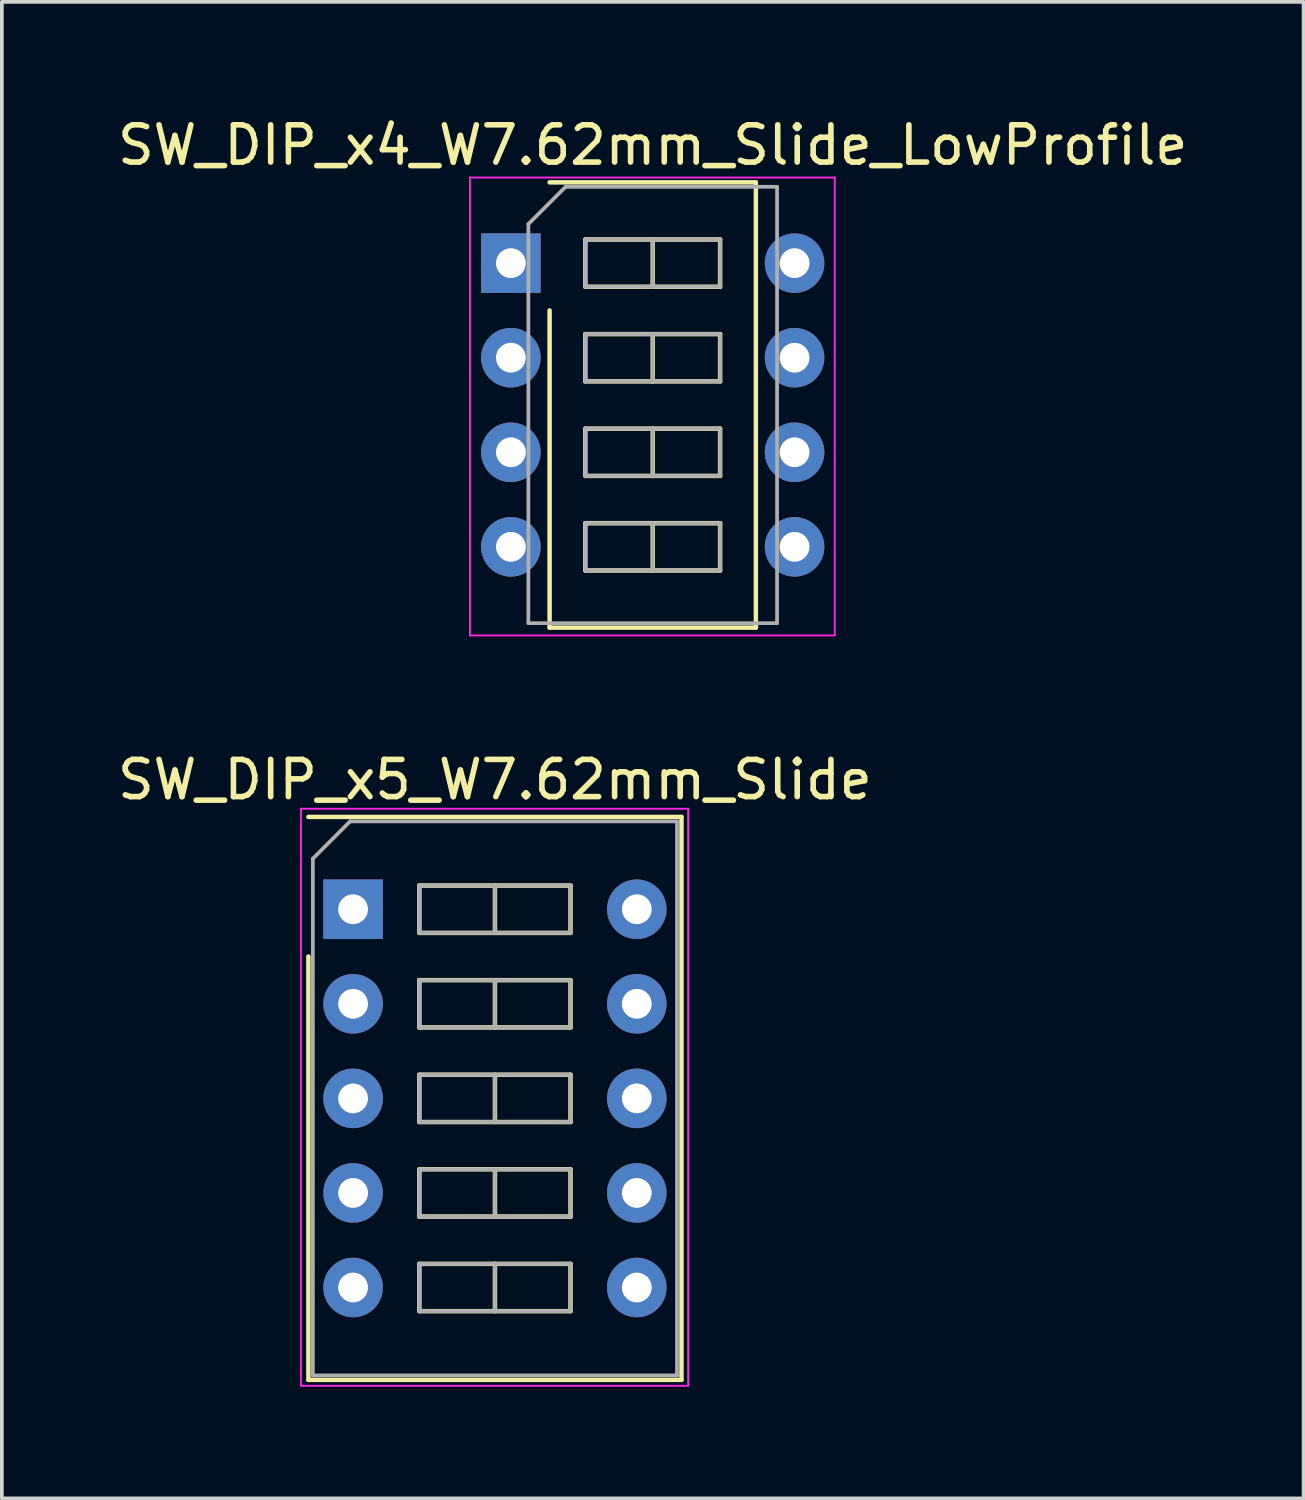
<source format=kicad_pcb>
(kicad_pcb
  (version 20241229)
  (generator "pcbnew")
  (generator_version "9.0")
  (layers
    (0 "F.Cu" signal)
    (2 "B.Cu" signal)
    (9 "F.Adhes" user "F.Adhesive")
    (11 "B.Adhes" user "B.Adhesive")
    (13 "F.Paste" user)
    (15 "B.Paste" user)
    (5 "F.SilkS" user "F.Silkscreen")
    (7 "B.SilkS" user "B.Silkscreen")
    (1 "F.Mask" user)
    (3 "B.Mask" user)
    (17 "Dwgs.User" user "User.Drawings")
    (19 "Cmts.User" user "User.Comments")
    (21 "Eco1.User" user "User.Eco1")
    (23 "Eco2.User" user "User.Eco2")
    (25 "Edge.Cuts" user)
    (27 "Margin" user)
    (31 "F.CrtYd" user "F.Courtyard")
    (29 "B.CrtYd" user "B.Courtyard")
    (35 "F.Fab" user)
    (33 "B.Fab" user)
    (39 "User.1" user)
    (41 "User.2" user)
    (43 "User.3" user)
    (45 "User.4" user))
  (footprint "SW_DIP_x5_W7.62mm_Slide"
    (layer "F.Cu")
    (at 6.434 21.372)
    (property "Reference" "SW_DIP_x5_W7.62mm_Slide" (at 3.81 -3.48 0) (layer "F.SilkS") (effects (font (size 1 1) (thickness 0.15))))
    (attr through_hole)
    (fp_line (start -1.2 -2.48) (end 8.82 -2.48) (stroke (width 0.12) (type solid)) (layer "F.SilkS"))
    (fp_line (start -1.2 12.64) (end -1.2 1.27) (stroke (width 0.12) (type solid)) (layer "F.SilkS"))
    (fp_line (start 1.78 -0.635) (end 1.78 0.635) (stroke (width 0.12) (type solid)) (layer "F.SilkS"))
    (fp_line (start 1.78 0.635) (end 5.84 0.635) (stroke (width 0.12) (type solid)) (layer "F.SilkS"))
    (fp_line (start 1.78 1.905) (end 1.78 3.175) (stroke (width 0.12) (type solid)) (layer "F.SilkS"))
    (fp_line (start 1.78 3.175) (end 5.84 3.175) (stroke (width 0.12) (type solid)) (layer "F.SilkS"))
    (fp_line (start 1.78 4.445) (end 1.78 5.715) (stroke (width 0.12) (type solid)) (layer "F.SilkS"))
    (fp_line (start 1.78 5.715) (end 5.84 5.715) (stroke (width 0.12) (type solid)) (layer "F.SilkS"))
    (fp_line (start 1.78 6.985) (end 1.78 8.255) (stroke (width 0.12) (type solid)) (layer "F.SilkS"))
    (fp_line (start 1.78 8.255) (end 5.84 8.255) (stroke (width 0.12) (type solid)) (layer "F.SilkS"))
    (fp_line (start 1.78 9.525) (end 1.78 10.795) (stroke (width 0.12) (type solid)) (layer "F.SilkS"))
    (fp_line (start 1.78 10.795) (end 5.84 10.795) (stroke (width 0.12) (type solid)) (layer "F.SilkS"))
    (fp_line (start 3.81 -0.635) (end 3.81 0.635) (stroke (width 0.12) (type solid)) (layer "F.SilkS"))
    (fp_line (start 3.81 1.905) (end 3.81 3.175) (stroke (width 0.12) (type solid)) (layer "F.SilkS"))
    (fp_line (start 3.81 4.445) (end 3.81 5.715) (stroke (width 0.12) (type solid)) (layer "F.SilkS"))
    (fp_line (start 3.81 6.985) (end 3.81 8.255) (stroke (width 0.12) (type solid)) (layer "F.SilkS"))
    (fp_line (start 3.81 9.525) (end 3.81 10.795) (stroke (width 0.12) (type solid)) (layer "F.SilkS"))
    (fp_line (start 5.84 -0.635) (end 1.78 -0.635) (stroke (width 0.12) (type solid)) (layer "F.SilkS"))
    (fp_line (start 5.84 0.635) (end 5.84 -0.635) (stroke (width 0.12) (type solid)) (layer "F.SilkS"))
    (fp_line (start 5.84 1.905) (end 1.78 1.905) (stroke (width 0.12) (type solid)) (layer "F.SilkS"))
    (fp_line (start 5.84 3.175) (end 5.84 1.905) (stroke (width 0.12) (type solid)) (layer "F.SilkS"))
    (fp_line (start 5.84 4.445) (end 1.78 4.445) (stroke (width 0.12) (type solid)) (layer "F.SilkS"))
    (fp_line (start 5.84 5.715) (end 5.84 4.445) (stroke (width 0.12) (type solid)) (layer "F.SilkS"))
    (fp_line (start 5.84 6.985) (end 1.78 6.985) (stroke (width 0.12) (type solid)) (layer "F.SilkS"))
    (fp_line (start 5.84 8.255) (end 5.84 6.985) (stroke (width 0.12) (type solid)) (layer "F.SilkS"))
    (fp_line (start 5.84 9.525) (end 1.78 9.525) (stroke (width 0.12) (type solid)) (layer "F.SilkS"))
    (fp_line (start 5.84 10.795) (end 5.84 9.525) (stroke (width 0.12) (type solid)) (layer "F.SilkS"))
    (fp_line (start 8.82 -2.48) (end 8.82 12.64) (stroke (width 0.12) (type solid)) (layer "F.SilkS"))
    (fp_line (start 8.82 12.64) (end -1.2 12.64) (stroke (width 0.12) (type solid)) (layer "F.SilkS"))
    (fp_line (start -1.4 -2.7) (end -1.4 12.8) (stroke (width 0.05) (type solid)) (layer "F.CrtYd"))
    (fp_line (start -1.4 12.8) (end 9 12.8) (stroke (width 0.05) (type solid)) (layer "F.CrtYd"))
    (fp_line (start 9 -2.7) (end -1.4 -2.7) (stroke (width 0.05) (type solid)) (layer "F.CrtYd"))
    (fp_line (start 9 12.8) (end 9 -2.7) (stroke (width 0.05) (type solid)) (layer "F.CrtYd"))
    (fp_line (start -1.08 -1.36) (end -0.08 -2.36) (stroke (width 0.1) (type solid)) (layer "F.Fab"))
    (fp_line (start -1.08 12.52) (end -1.08 -1.36) (stroke (width 0.1) (type solid)) (layer "F.Fab"))
    (fp_line (start -0.08 -2.36) (end 8.7 -2.36) (stroke (width 0.1) (type solid)) (layer "F.Fab"))
    (fp_line (start 1.78 -0.635) (end 1.78 0.635) (stroke (width 0.1) (type solid)) (layer "F.Fab"))
    (fp_line (start 1.78 0.635) (end 5.84 0.635) (stroke (width 0.1) (type solid)) (layer "F.Fab"))
    (fp_line (start 1.78 1.905) (end 1.78 3.175) (stroke (width 0.1) (type solid)) (layer "F.Fab"))
    (fp_line (start 1.78 3.175) (end 5.84 3.175) (stroke (width 0.1) (type solid)) (layer "F.Fab"))
    (fp_line (start 1.78 4.445) (end 1.78 5.715) (stroke (width 0.1) (type solid)) (layer "F.Fab"))
    (fp_line (start 1.78 5.715) (end 5.84 5.715) (stroke (width 0.1) (type solid)) (layer "F.Fab"))
    (fp_line (start 1.78 6.985) (end 1.78 8.255) (stroke (width 0.1) (type solid)) (layer "F.Fab"))
    (fp_line (start 1.78 8.255) (end 5.84 8.255) (stroke (width 0.1) (type solid)) (layer "F.Fab"))
    (fp_line (start 1.78 9.525) (end 1.78 10.795) (stroke (width 0.1) (type solid)) (layer "F.Fab"))
    (fp_line (start 1.78 10.795) (end 5.84 10.795) (stroke (width 0.1) (type solid)) (layer "F.Fab"))
    (fp_line (start 3.81 -0.635) (end 3.81 0.635) (stroke (width 0.1) (type solid)) (layer "F.Fab"))
    (fp_line (start 3.81 1.905) (end 3.81 3.175) (stroke (width 0.1) (type solid)) (layer "F.Fab"))
    (fp_line (start 3.81 4.445) (end 3.81 5.715) (stroke (width 0.1) (type solid)) (layer "F.Fab"))
    (fp_line (start 3.81 6.985) (end 3.81 8.255) (stroke (width 0.1) (type solid)) (layer "F.Fab"))
    (fp_line (start 3.81 9.525) (end 3.81 10.795) (stroke (width 0.1) (type solid)) (layer "F.Fab"))
    (fp_line (start 5.84 -0.635) (end 1.78 -0.635) (stroke (width 0.1) (type solid)) (layer "F.Fab"))
    (fp_line (start 5.84 0.635) (end 5.84 -0.635) (stroke (width 0.1) (type solid)) (layer "F.Fab"))
    (fp_line (start 5.84 1.905) (end 1.78 1.905) (stroke (width 0.1) (type solid)) (layer "F.Fab"))
    (fp_line (start 5.84 3.175) (end 5.84 1.905) (stroke (width 0.1) (type solid)) (layer "F.Fab"))
    (fp_line (start 5.84 4.445) (end 1.78 4.445) (stroke (width 0.1) (type solid)) (layer "F.Fab"))
    (fp_line (start 5.84 5.715) (end 5.84 4.445) (stroke (width 0.1) (type solid)) (layer "F.Fab"))
    (fp_line (start 5.84 6.985) (end 1.78 6.985) (stroke (width 0.1) (type solid)) (layer "F.Fab"))
    (fp_line (start 5.84 8.255) (end 5.84 6.985) (stroke (width 0.1) (type solid)) (layer "F.Fab"))
    (fp_line (start 5.84 9.525) (end 1.78 9.525) (stroke (width 0.1) (type solid)) (layer "F.Fab"))
    (fp_line (start 5.84 10.795) (end 5.84 9.525) (stroke (width 0.1) (type solid)) (layer "F.Fab"))
    (fp_line (start 8.7 -2.36) (end 8.7 12.52) (stroke (width 0.1) (type solid)) (layer "F.Fab"))
    (fp_line (start 8.7 12.52) (end -1.08 12.52) (stroke (width 0.1) (type solid)) (layer "F.Fab"))
    (pad "1" thru_hole rect (at 0 0) (size 1.6 1.6) (drill 0.8) (layers "*.Cu" "*.Mask"))
    (pad "2" thru_hole oval (at 0 2.54) (size 1.6 1.6) (drill 0.8) (layers "*.Cu" "*.Mask"))
    (pad "3" thru_hole oval (at 0 5.08) (size 1.6 1.6) (drill 0.8) (layers "*.Cu" "*.Mask"))
    (pad "4" thru_hole oval (at 0 7.62) (size 1.6 1.6) (drill 0.8) (layers "*.Cu" "*.Mask"))
    (pad "5" thru_hole oval (at 0 10.16) (size 1.6 1.6) (drill 0.8) (layers "*.Cu" "*.Mask"))
    (pad "6" thru_hole oval (at 7.62 10.16) (size 1.6 1.6) (drill 0.8) (layers "*.Cu" "*.Mask"))
    (pad "7" thru_hole oval (at 7.62 7.62) (size 1.6 1.6) (drill 0.8) (layers "*.Cu" "*.Mask"))
    (pad "8" thru_hole oval (at 7.62 5.08) (size 1.6 1.6) (drill 0.8) (layers "*.Cu" "*.Mask"))
    (pad "9" thru_hole oval (at 7.62 2.54) (size 1.6 1.6) (drill 0.8) (layers "*.Cu" "*.Mask"))
    (pad "10" thru_hole oval (at 7.62 0) (size 1.6 1.6) (drill 0.8) (layers "*.Cu" "*.Mask")))
  (footprint "SW_DIP_x4_W7.62mm_Slide_LowProfile"
    (layer "F.Cu")
    (at 10.672 4.018)
    (property "Reference" "SW_DIP_x4_W7.62mm_Slide_LowProfile" (at 3.81 -3.17 0) (layer "F.SilkS") (effects (font (size 1 1) (thickness 0.15))))
    (attr through_hole)
    (fp_line (start 1.04 -2.17) (end 6.58 -2.17) (stroke (width 0.12) (type solid)) (layer "F.SilkS"))
    (fp_line (start 1.04 9.79) (end 1.04 1.27) (stroke (width 0.12) (type solid)) (layer "F.SilkS"))
    (fp_line (start 2 -0.635) (end 2 0.635) (stroke (width 0.12) (type solid)) (layer "F.SilkS"))
    (fp_line (start 2 0.635) (end 5.62 0.635) (stroke (width 0.12) (type solid)) (layer "F.SilkS"))
    (fp_line (start 2 1.905) (end 2 3.175) (stroke (width 0.12) (type solid)) (layer "F.SilkS"))
    (fp_line (start 2 3.175) (end 5.62 3.175) (stroke (width 0.12) (type solid)) (layer "F.SilkS"))
    (fp_line (start 2 4.445) (end 2 5.715) (stroke (width 0.12) (type solid)) (layer "F.SilkS"))
    (fp_line (start 2 5.715) (end 5.62 5.715) (stroke (width 0.12) (type solid)) (layer "F.SilkS"))
    (fp_line (start 2 6.985) (end 2 8.255) (stroke (width 0.12) (type solid)) (layer "F.SilkS"))
    (fp_line (start 2 8.255) (end 5.62 8.255) (stroke (width 0.12) (type solid)) (layer "F.SilkS"))
    (fp_line (start 3.81 -0.635) (end 3.81 0.635) (stroke (width 0.12) (type solid)) (layer "F.SilkS"))
    (fp_line (start 3.81 1.905) (end 3.81 3.175) (stroke (width 0.12) (type solid)) (layer "F.SilkS"))
    (fp_line (start 3.81 4.445) (end 3.81 5.715) (stroke (width 0.12) (type solid)) (layer "F.SilkS"))
    (fp_line (start 3.81 6.985) (end 3.81 8.255) (stroke (width 0.12) (type solid)) (layer "F.SilkS"))
    (fp_line (start 5.62 -0.635) (end 2 -0.635) (stroke (width 0.12) (type solid)) (layer "F.SilkS"))
    (fp_line (start 5.62 0.635) (end 5.62 -0.635) (stroke (width 0.12) (type solid)) (layer "F.SilkS"))
    (fp_line (start 5.62 1.905) (end 2 1.905) (stroke (width 0.12) (type solid)) (layer "F.SilkS"))
    (fp_line (start 5.62 3.175) (end 5.62 1.905) (stroke (width 0.12) (type solid)) (layer "F.SilkS"))
    (fp_line (start 5.62 4.445) (end 2 4.445) (stroke (width 0.12) (type solid)) (layer "F.SilkS"))
    (fp_line (start 5.62 5.715) (end 5.62 4.445) (stroke (width 0.12) (type solid)) (layer "F.SilkS"))
    (fp_line (start 5.62 6.985) (end 2 6.985) (stroke (width 0.12) (type solid)) (layer "F.SilkS"))
    (fp_line (start 5.62 8.255) (end 5.62 6.985) (stroke (width 0.12) (type solid)) (layer "F.SilkS"))
    (fp_line (start 6.58 -2.17) (end 6.58 9.79) (stroke (width 0.12) (type solid)) (layer "F.SilkS"))
    (fp_line (start 6.58 9.79) (end 1.04 9.79) (stroke (width 0.12) (type solid)) (layer "F.SilkS"))
    (fp_line (start -1.1 -2.3) (end -1.1 10) (stroke (width 0.05) (type solid)) (layer "F.CrtYd"))
    (fp_line (start -1.1 10) (end 8.7 10) (stroke (width 0.05) (type solid)) (layer "F.CrtYd"))
    (fp_line (start 8.7 -2.3) (end -1.1 -2.3) (stroke (width 0.05) (type solid)) (layer "F.CrtYd"))
    (fp_line (start 8.7 10) (end 8.7 -2.3) (stroke (width 0.05) (type solid)) (layer "F.CrtYd"))
    (fp_line (start 0.47 -1.05) (end 1.47 -2.05) (stroke (width 0.1) (type solid)) (layer "F.Fab"))
    (fp_line (start 0.47 9.67) (end 0.47 -1.05) (stroke (width 0.1) (type solid)) (layer "F.Fab"))
    (fp_line (start 1.47 -2.05) (end 7.15 -2.05) (stroke (width 0.1) (type solid)) (layer "F.Fab"))
    (fp_line (start 2 -0.635) (end 2 0.635) (stroke (width 0.1) (type solid)) (layer "F.Fab"))
    (fp_line (start 2 0.635) (end 5.62 0.635) (stroke (width 0.1) (type solid)) (layer "F.Fab"))
    (fp_line (start 2 1.905) (end 2 3.175) (stroke (width 0.1) (type solid)) (layer "F.Fab"))
    (fp_line (start 2 3.175) (end 5.62 3.175) (stroke (width 0.1) (type solid)) (layer "F.Fab"))
    (fp_line (start 2 4.445) (end 2 5.715) (stroke (width 0.1) (type solid)) (layer "F.Fab"))
    (fp_line (start 2 5.715) (end 5.62 5.715) (stroke (width 0.1) (type solid)) (layer "F.Fab"))
    (fp_line (start 2 6.985) (end 2 8.255) (stroke (width 0.1) (type solid)) (layer "F.Fab"))
    (fp_line (start 2 8.255) (end 5.62 8.255) (stroke (width 0.1) (type solid)) (layer "F.Fab"))
    (fp_line (start 3.81 -0.635) (end 3.81 0.635) (stroke (width 0.1) (type solid)) (layer "F.Fab"))
    (fp_line (start 3.81 1.905) (end 3.81 3.175) (stroke (width 0.1) (type solid)) (layer "F.Fab"))
    (fp_line (start 3.81 4.445) (end 3.81 5.715) (stroke (width 0.1) (type solid)) (layer "F.Fab"))
    (fp_line (start 3.81 6.985) (end 3.81 8.255) (stroke (width 0.1) (type solid)) (layer "F.Fab"))
    (fp_line (start 5.62 -0.635) (end 2 -0.635) (stroke (width 0.1) (type solid)) (layer "F.Fab"))
    (fp_line (start 5.62 0.635) (end 5.62 -0.635) (stroke (width 0.1) (type solid)) (layer "F.Fab"))
    (fp_line (start 5.62 1.905) (end 2 1.905) (stroke (width 0.1) (type solid)) (layer "F.Fab"))
    (fp_line (start 5.62 3.175) (end 5.62 1.905) (stroke (width 0.1) (type solid)) (layer "F.Fab"))
    (fp_line (start 5.62 4.445) (end 2 4.445) (stroke (width 0.1) (type solid)) (layer "F.Fab"))
    (fp_line (start 5.62 5.715) (end 5.62 4.445) (stroke (width 0.1) (type solid)) (layer "F.Fab"))
    (fp_line (start 5.62 6.985) (end 2 6.985) (stroke (width 0.1) (type solid)) (layer "F.Fab"))
    (fp_line (start 5.62 8.255) (end 5.62 6.985) (stroke (width 0.1) (type solid)) (layer "F.Fab"))
    (fp_line (start 7.15 -2.05) (end 7.15 9.67) (stroke (width 0.1) (type solid)) (layer "F.Fab"))
    (fp_line (start 7.15 9.67) (end 0.47 9.67) (stroke (width 0.1) (type solid)) (layer "F.Fab"))
    (pad "1" thru_hole rect (at 0 0) (size 1.6 1.6) (drill 0.8) (layers "*.Cu" "*.Mask"))
    (pad "2" thru_hole oval (at 0 2.54) (size 1.6 1.6) (drill 0.8) (layers "*.Cu" "*.Mask"))
    (pad "3" thru_hole oval (at 0 5.08) (size 1.6 1.6) (drill 0.8) (layers "*.Cu" "*.Mask"))
    (pad "4" thru_hole oval (at 0 7.62) (size 1.6 1.6) (drill 0.8) (layers "*.Cu" "*.Mask"))
    (pad "5" thru_hole oval (at 7.62 7.62) (size 1.6 1.6) (drill 0.8) (layers "*.Cu" "*.Mask"))
    (pad "6" thru_hole oval (at 7.62 5.08) (size 1.6 1.6) (drill 0.8) (layers "*.Cu" "*.Mask"))
    (pad "7" thru_hole oval (at 7.62 2.54) (size 1.6 1.6) (drill 0.8) (layers "*.Cu" "*.Mask"))
    (pad "8" thru_hole oval (at 7.62 0) (size 1.6 1.6) (drill 0.8) (layers "*.Cu" "*.Mask")))
  (gr_rect
    (start -3 -3)
    (end 31.964 37.197)
    (stroke (width 0.1) (type default))
    (fill no)
    (layer "Edge.Cuts")))
</source>
